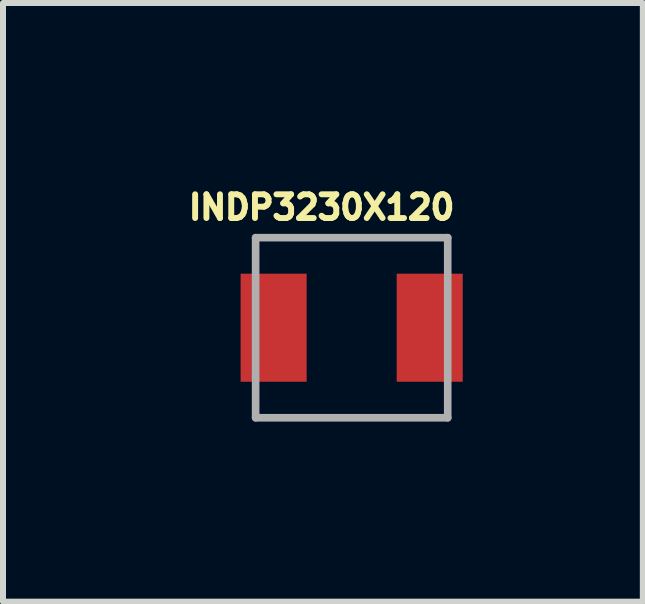
<source format=kicad_pcb>
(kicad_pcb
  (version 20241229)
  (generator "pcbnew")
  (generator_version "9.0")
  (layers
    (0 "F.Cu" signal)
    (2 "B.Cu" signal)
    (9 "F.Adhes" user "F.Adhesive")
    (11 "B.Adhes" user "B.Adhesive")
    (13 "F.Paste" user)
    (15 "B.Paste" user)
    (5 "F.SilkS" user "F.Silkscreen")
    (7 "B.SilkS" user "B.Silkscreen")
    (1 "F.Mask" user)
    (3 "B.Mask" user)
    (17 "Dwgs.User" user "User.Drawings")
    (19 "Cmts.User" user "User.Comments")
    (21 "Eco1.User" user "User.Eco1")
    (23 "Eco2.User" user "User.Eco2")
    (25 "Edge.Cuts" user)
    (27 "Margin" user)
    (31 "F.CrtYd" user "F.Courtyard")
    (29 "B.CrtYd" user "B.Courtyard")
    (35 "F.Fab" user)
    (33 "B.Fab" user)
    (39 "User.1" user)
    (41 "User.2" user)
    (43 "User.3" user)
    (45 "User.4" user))
  (footprint "INDP3230X120"
    (layer "F.Cu")
    (at 2.808 2.409)
    (property "Reference" "INDP3230X120" (at -0.501 -2.005 0) (layer "F.SilkS") (effects (font (size 0.395 0.395) (thickness 0.15))))
    (attr smd)
    (fp_line (start -1.6 -1.5) (end -1.6 1.5) (stroke (width 0.127) (type solid)) (layer "F.Fab"))
    (fp_line (start -1.6 1.5) (end 1.6 1.5) (stroke (width 0.127) (type solid)) (layer "F.Fab"))
    (fp_line (start 1.6 -1.5) (end -1.6 -1.5) (stroke (width 0.127) (type solid)) (layer "F.Fab"))
    (fp_line (start 1.6 1.5) (end 1.6 -1.5) (stroke (width 0.127) (type solid)) (layer "F.Fab"))
    (pad "1" smd rect (at -1.3 0) (size 1.1 1.8) (layers "F.Cu" "F.Mask" "F.Paste"))
    (pad "2" smd rect (at 1.3 0) (size 1.1 1.8) (layers "F.Cu" "F.Mask" "F.Paste")))
  (gr_rect
    (start -3 -3)
    (end 7.658 6.972)
    (stroke (width 0.1) (type default))
    (fill no)
    (layer "Edge.Cuts")))
</source>
